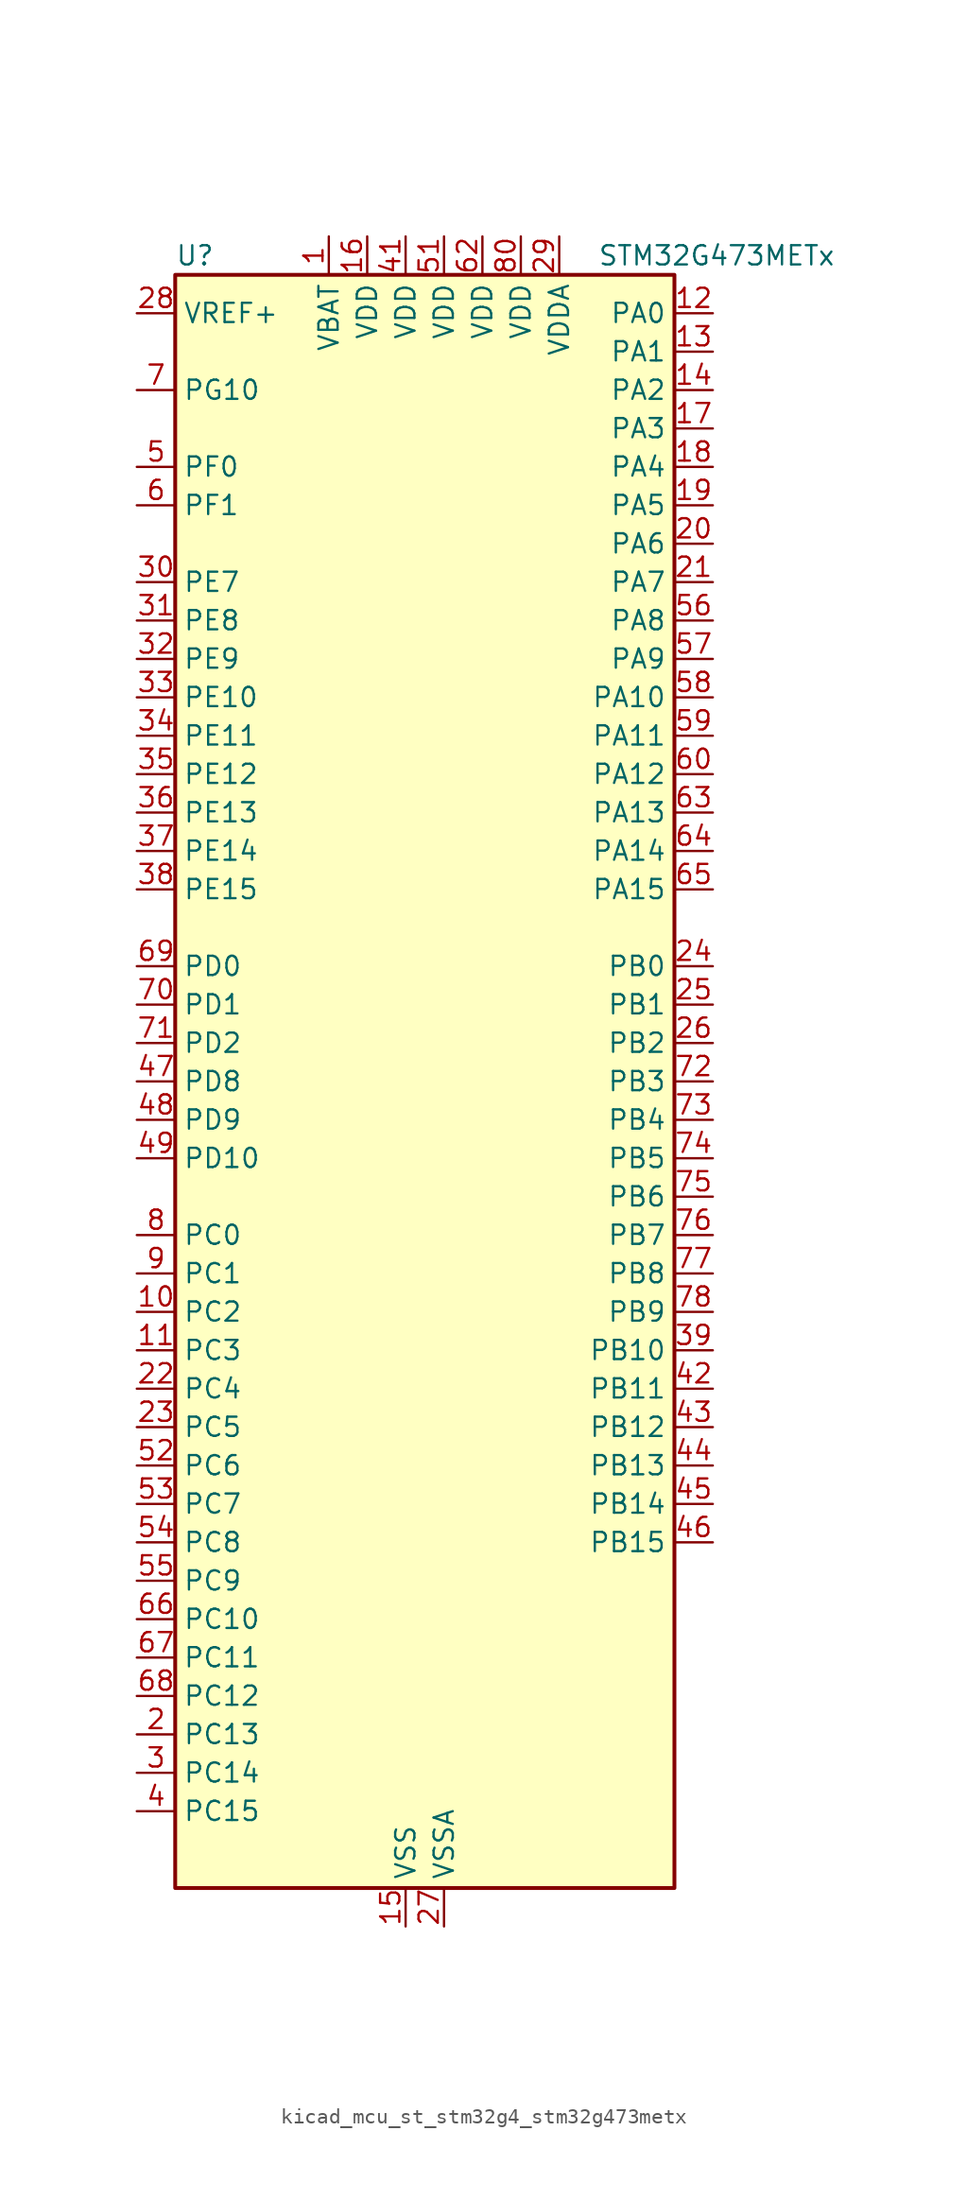
<source format=kicad_sym>
(kicad_symbol_lib
  (version 20220914)
  (generator kicad_symbol_editor)
  (symbol "kicad_mcu_st_stm32g4_stm32g473metx"
    (property "Reference" "U"
      (at -15.24 54.61 0)
      (effects (font (size 1.27 1.27)) (justify left)))
    (property "Value" "STM32G473METx"
      (at 12.7 54.61 0)
      (effects (font (size 1.27 1.27)) (justify left)))
    (property "ki_locked" ""
      (at 0 0 0)
      (effects (font (size 1.27 1.27))))
    (symbol "kicad_mcu_st_stm32g4_stm32g473metx_0_1"
      (rectangle (start -15.24 -53.34) (end 17.78 53.34) (stroke (width 0.254) (type default)) (fill (type background))))
    (symbol "kicad_mcu_st_stm32g4_stm32g473metx_1_1"
      (pin power_in line (at -5.08 55.88 270) (length 2.54) (name "VBAT" (effects (font (size 1.27 1.27)))) (number "1" (effects (font (size 1.27 1.27)))))
      (pin bidirectional line (at -17.78 -15.24 0) (length 2.54) (name "PC2" (effects (font (size 1.27 1.27)))) (number "10" (effects (font (size 1.27 1.27)))) (alternate "ADC1_IN8" bidirectional line) (alternate "ADC2_IN8" bidirectional line) (alternate "ADC3_EXTI2" bidirectional line) (alternate "ADC4_EXTI2" bidirectional line) (alternate "ADC5_EXTI2" bidirectional line) (alternate "COMP3_OUT" bidirectional line) (alternate "LPTIM1_IN2" bidirectional line) (alternate "QUADSPI1_BK2_IO1" bidirectional line) (alternate "TIM1_CH3" bidirectional line) (alternate "TIM20_CH2" bidirectional line))
      (pin bidirectional line (at -17.78 -17.78 0) (length 2.54) (name "PC3" (effects (font (size 1.27 1.27)))) (number "11" (effects (font (size 1.27 1.27)))) (alternate "ADC1_IN9" bidirectional line) (alternate "ADC2_IN9" bidirectional line) (alternate "ADC3_EXTI3" bidirectional line) (alternate "ADC4_EXTI3" bidirectional line) (alternate "ADC5_EXTI3" bidirectional line) (alternate "LPTIM1_ETR" bidirectional line) (alternate "OPAMP5_VINP" bidirectional line) (alternate "OPAMP5_VINP_SEC" bidirectional line) (alternate "QUADSPI1_BK2_IO2" bidirectional line) (alternate "SAI1_D1" bidirectional line) (alternate "SAI1_SD_A" bidirectional line) (alternate "TIM1_BKIN2" bidirectional line) (alternate "TIM1_CH4" bidirectional line))
      (pin bidirectional line (at 20.32 50.8 180) (length 2.54) (name "PA0" (effects (font (size 1.27 1.27)))) (number "12" (effects (font (size 1.27 1.27)))) (alternate "ADC1_IN1" bidirectional line) (alternate "ADC2_IN1" bidirectional line) (alternate "COMP1_INM" bidirectional line) (alternate "COMP1_OUT" bidirectional line) (alternate "COMP3_INP" bidirectional line) (alternate "RTC_TAMP2" bidirectional line) (alternate "SYS_WKUP1" bidirectional line) (alternate "TIM2_CH1" bidirectional line) (alternate "TIM2_ETR" bidirectional line) (alternate "TIM5_CH1" bidirectional line) (alternate "TIM8_BKIN" bidirectional line) (alternate "TIM8_ETR" bidirectional line) (alternate "USART2_CTS" bidirectional line) (alternate "USART2_NSS" bidirectional line))
      (pin bidirectional line (at 20.32 48.26 180) (length 2.54) (name "PA1" (effects (font (size 1.27 1.27)))) (number "13" (effects (font (size 1.27 1.27)))) (alternate "ADC1_IN2" bidirectional line) (alternate "ADC2_IN2" bidirectional line) (alternate "COMP1_INP" bidirectional line) (alternate "OPAMP1_VINP" bidirectional line) (alternate "OPAMP1_VINP_SEC" bidirectional line) (alternate "OPAMP3_VINP" bidirectional line) (alternate "OPAMP3_VINP_SEC" bidirectional line) (alternate "OPAMP6_VINM" bidirectional line) (alternate "OPAMP6_VINM0" bidirectional line) (alternate "OPAMP6_VINM_SEC" bidirectional line) (alternate "RTC_REFIN" bidirectional line) (alternate "TIM15_CH1N" bidirectional line) (alternate "TIM2_CH2" bidirectional line) (alternate "TIM5_CH2" bidirectional line) (alternate "USART2_DE" bidirectional line) (alternate "USART2_RTS" bidirectional line))
      (pin bidirectional line (at 20.32 45.72 180) (length 2.54) (name "PA2" (effects (font (size 1.27 1.27)))) (number "14" (effects (font (size 1.27 1.27)))) (alternate "ADC1_IN3" bidirectional line) (alternate "ADC3_EXTI2" bidirectional line) (alternate "ADC4_EXTI2" bidirectional line) (alternate "ADC5_EXTI2" bidirectional line) (alternate "COMP2_INM" bidirectional line) (alternate "COMP2_OUT" bidirectional line) (alternate "LPUART1_TX" bidirectional line) (alternate "OPAMP1_VOUT" bidirectional line) (alternate "QUADSPI1_BK1_NCS" bidirectional line) (alternate "RCC_LSCO" bidirectional line) (alternate "SYS_WKUP4" bidirectional line) (alternate "TIM15_CH1" bidirectional line) (alternate "TIM2_CH3" bidirectional line) (alternate "TIM5_CH3" bidirectional line) (alternate "UCPD1_FRSTX1" bidirectional line) (alternate "UCPD1_FRSTX2" bidirectional line) (alternate "USART2_TX" bidirectional line))
      (pin power_in line (at 0 -55.88 90) (length 2.54) (name "VSS" (effects (font (size 1.27 1.27)))) (number "15" (effects (font (size 1.27 1.27)))))
      (pin power_in line (at -2.54 55.88 270) (length 2.54) (name "VDD" (effects (font (size 1.27 1.27)))) (number "16" (effects (font (size 1.27 1.27)))))
      (pin bidirectional line (at 20.32 43.18 180) (length 2.54) (name "PA3" (effects (font (size 1.27 1.27)))) (number "17" (effects (font (size 1.27 1.27)))) (alternate "ADC1_IN4" bidirectional line) (alternate "ADC3_EXTI3" bidirectional line) (alternate "ADC4_EXTI3" bidirectional line) (alternate "ADC5_EXTI3" bidirectional line) (alternate "COMP2_INP" bidirectional line) (alternate "LPUART1_RX" bidirectional line) (alternate "OPAMP1_VINM" bidirectional line) (alternate "OPAMP1_VINM0" bidirectional line) (alternate "OPAMP1_VINM_SEC" bidirectional line) (alternate "OPAMP1_VINP" bidirectional line) (alternate "OPAMP1_VINP_SEC" bidirectional line) (alternate "OPAMP5_VINM" bidirectional line) (alternate "OPAMP5_VINM1" bidirectional line) (alternate "OPAMP5_VINM_SEC" bidirectional line) (alternate "QUADSPI1_CLK" bidirectional line) (alternate "SAI1_CK1" bidirectional line) (alternate "SAI1_MCLK_A" bidirectional line) (alternate "TIM15_CH2" bidirectional line) (alternate "TIM2_CH4" bidirectional line) (alternate "TIM5_CH4" bidirectional line) (alternate "USART2_RX" bidirectional line))
      (pin bidirectional line (at 20.32 40.64 180) (length 2.54) (name "PA4" (effects (font (size 1.27 1.27)))) (number "18" (effects (font (size 1.27 1.27)))) (alternate "ADC2_IN17" bidirectional line) (alternate "COMP1_INM" bidirectional line) (alternate "DAC1_OUT1" bidirectional line) (alternate "I2S3_WS" bidirectional line) (alternate "SAI1_FS_B" bidirectional line) (alternate "SPI1_NSS" bidirectional line) (alternate "SPI3_NSS" bidirectional line) (alternate "TIM3_CH2" bidirectional line) (alternate "USART2_CK" bidirectional line))
      (pin bidirectional line (at 20.32 38.1 180) (length 2.54) (name "PA5" (effects (font (size 1.27 1.27)))) (number "19" (effects (font (size 1.27 1.27)))) (alternate "ADC2_IN13" bidirectional line) (alternate "COMP2_INM" bidirectional line) (alternate "DAC1_OUT2" bidirectional line) (alternate "OPAMP2_VINM" bidirectional line) (alternate "OPAMP2_VINM0" bidirectional line) (alternate "OPAMP2_VINM_SEC" bidirectional line) (alternate "SPI1_SCK" bidirectional line) (alternate "TIM2_CH1" bidirectional line) (alternate "TIM2_ETR" bidirectional line) (alternate "UCPD1_FRSTX1" bidirectional line) (alternate "UCPD1_FRSTX2" bidirectional line))
      (pin bidirectional line (at -17.78 -43.18 0) (length 2.54) (name "PC13" (effects (font (size 1.27 1.27)))) (number "2" (effects (font (size 1.27 1.27)))) (alternate "RTC_OUT1" bidirectional line) (alternate "RTC_TAMP1" bidirectional line) (alternate "RTC_TS" bidirectional line) (alternate "SYS_WKUP2" bidirectional line) (alternate "TIM1_BKIN" bidirectional line) (alternate "TIM1_CH1N" bidirectional line) (alternate "TIM8_CH4N" bidirectional line))
      (pin bidirectional line (at 20.32 35.56 180) (length 2.54) (name "PA6" (effects (font (size 1.27 1.27)))) (number "20" (effects (font (size 1.27 1.27)))) (alternate "ADC2_IN3" bidirectional line) (alternate "COMP1_OUT" bidirectional line) (alternate "DAC2_OUT1" bidirectional line) (alternate "LPUART1_CTS" bidirectional line) (alternate "OPAMP2_VOUT" bidirectional line) (alternate "QUADSPI1_BK1_IO3" bidirectional line) (alternate "SPI1_MISO" bidirectional line) (alternate "TIM16_CH1" bidirectional line) (alternate "TIM1_BKIN" bidirectional line) (alternate "TIM3_CH1" bidirectional line) (alternate "TIM8_BKIN" bidirectional line))
      (pin bidirectional line (at 20.32 33.02 180) (length 2.54) (name "PA7" (effects (font (size 1.27 1.27)))) (number "21" (effects (font (size 1.27 1.27)))) (alternate "ADC2_IN4" bidirectional line) (alternate "COMP2_INP" bidirectional line) (alternate "COMP2_OUT" bidirectional line) (alternate "OPAMP1_VINP" bidirectional line) (alternate "OPAMP1_VINP_SEC" bidirectional line) (alternate "OPAMP2_VINP" bidirectional line) (alternate "OPAMP2_VINP_SEC" bidirectional line) (alternate "QUADSPI1_BK1_IO2" bidirectional line) (alternate "SPI1_MOSI" bidirectional line) (alternate "TIM17_CH1" bidirectional line) (alternate "TIM1_CH1N" bidirectional line) (alternate "TIM3_CH2" bidirectional line) (alternate "TIM8_CH1N" bidirectional line) (alternate "UCPD1_FRSTX1" bidirectional line) (alternate "UCPD1_FRSTX2" bidirectional line))
      (pin bidirectional line (at -17.78 -20.32 0) (length 2.54) (name "PC4" (effects (font (size 1.27 1.27)))) (number "22" (effects (font (size 1.27 1.27)))) (alternate "ADC2_IN5" bidirectional line) (alternate "I2C2_SCL" bidirectional line) (alternate "QUADSPI1_BK2_IO3" bidirectional line) (alternate "TIM1_ETR" bidirectional line) (alternate "USART1_TX" bidirectional line))
      (pin bidirectional line (at -17.78 -22.86 0) (length 2.54) (name "PC5" (effects (font (size 1.27 1.27)))) (number "23" (effects (font (size 1.27 1.27)))) (alternate "ADC2_IN11" bidirectional line) (alternate "OPAMP1_VINM" bidirectional line) (alternate "OPAMP1_VINM1" bidirectional line) (alternate "OPAMP1_VINM_SEC" bidirectional line) (alternate "OPAMP2_VINM" bidirectional line) (alternate "OPAMP2_VINM1" bidirectional line) (alternate "OPAMP2_VINM_SEC" bidirectional line) (alternate "SAI1_D3" bidirectional line) (alternate "SYS_WKUP5" bidirectional line) (alternate "TIM15_BKIN" bidirectional line) (alternate "TIM1_CH4N" bidirectional line) (alternate "USART1_RX" bidirectional line))
      (pin bidirectional line (at 20.32 7.62 180) (length 2.54) (name "PB0" (effects (font (size 1.27 1.27)))) (number "24" (effects (font (size 1.27 1.27)))) (alternate "ADC1_IN15" bidirectional line) (alternate "ADC3_IN12" bidirectional line) (alternate "COMP4_INP" bidirectional line) (alternate "OPAMP2_VINP" bidirectional line) (alternate "OPAMP2_VINP_SEC" bidirectional line) (alternate "OPAMP3_VINP" bidirectional line) (alternate "OPAMP3_VINP_SEC" bidirectional line) (alternate "QUADSPI1_BK1_IO1" bidirectional line) (alternate "TIM1_CH2N" bidirectional line) (alternate "TIM3_CH3" bidirectional line) (alternate "TIM8_CH2N" bidirectional line) (alternate "UCPD1_FRSTX1" bidirectional line) (alternate "UCPD1_FRSTX2" bidirectional line))
      (pin bidirectional line (at 20.32 5.08 180) (length 2.54) (name "PB1" (effects (font (size 1.27 1.27)))) (number "25" (effects (font (size 1.27 1.27)))) (alternate "ADC1_IN12" bidirectional line) (alternate "ADC3_IN1" bidirectional line) (alternate "COMP1_INP" bidirectional line) (alternate "COMP4_OUT" bidirectional line) (alternate "LPUART1_DE" bidirectional line) (alternate "LPUART1_RTS" bidirectional line) (alternate "OPAMP3_VOUT" bidirectional line) (alternate "OPAMP6_VINM" bidirectional line) (alternate "OPAMP6_VINM1" bidirectional line) (alternate "OPAMP6_VINM_SEC" bidirectional line) (alternate "QUADSPI1_BK1_IO0" bidirectional line) (alternate "TIM1_CH3N" bidirectional line) (alternate "TIM3_CH4" bidirectional line) (alternate "TIM8_CH3N" bidirectional line))
      (pin bidirectional line (at 20.32 2.54 180) (length 2.54) (name "PB2" (effects (font (size 1.27 1.27)))) (number "26" (effects (font (size 1.27 1.27)))) (alternate "ADC2_IN12" bidirectional line) (alternate "ADC3_EXTI2" bidirectional line) (alternate "ADC4_EXTI2" bidirectional line) (alternate "ADC5_EXTI2" bidirectional line) (alternate "COMP4_INM" bidirectional line) (alternate "I2C3_SMBA" bidirectional line) (alternate "LPTIM1_OUT" bidirectional line) (alternate "OPAMP3_VINM" bidirectional line) (alternate "OPAMP3_VINM0" bidirectional line) (alternate "OPAMP3_VINM_SEC" bidirectional line) (alternate "QUADSPI1_BK2_IO1" bidirectional line) (alternate "RTC_OUT2" bidirectional line) (alternate "TIM20_CH1" bidirectional line) (alternate "TIM5_CH1" bidirectional line))
      (pin power_in line (at 2.54 -55.88 90) (length 2.54) (name "VSSA" (effects (font (size 1.27 1.27)))) (number "27" (effects (font (size 1.27 1.27)))))
      (pin input line (at -17.78 50.8 0) (length 2.54) (name "VREF+" (effects (font (size 1.27 1.27)))) (number "28" (effects (font (size 1.27 1.27)))) (alternate "VREFBUF_OUT" bidirectional line))
      (pin power_in line (at 10.16 55.88 270) (length 2.54) (name "VDDA" (effects (font (size 1.27 1.27)))) (number "29" (effects (font (size 1.27 1.27)))))
      (pin bidirectional line (at -17.78 -45.72 0) (length 2.54) (name "PC14" (effects (font (size 1.27 1.27)))) (number "3" (effects (font (size 1.27 1.27)))) (alternate "RCC_OSC32_IN" bidirectional line))
      (pin bidirectional line (at -17.78 33.02 0) (length 2.54) (name "PE7" (effects (font (size 1.27 1.27)))) (number "30" (effects (font (size 1.27 1.27)))) (alternate "ADC3_IN4" bidirectional line) (alternate "COMP4_INP" bidirectional line) (alternate "SAI1_SD_B" bidirectional line) (alternate "TIM1_ETR" bidirectional line))
      (pin bidirectional line (at -17.78 30.48 0) (length 2.54) (name "PE8" (effects (font (size 1.27 1.27)))) (number "31" (effects (font (size 1.27 1.27)))) (alternate "ADC3_IN6" bidirectional line) (alternate "ADC4_IN6" bidirectional line) (alternate "ADC5_IN6" bidirectional line) (alternate "COMP4_INM" bidirectional line) (alternate "SAI1_SCK_B" bidirectional line) (alternate "TIM1_CH1N" bidirectional line) (alternate "TIM5_CH3" bidirectional line))
      (pin bidirectional line (at -17.78 27.94 0) (length 2.54) (name "PE9" (effects (font (size 1.27 1.27)))) (number "32" (effects (font (size 1.27 1.27)))) (alternate "ADC3_IN2" bidirectional line) (alternate "DAC1_EXTI9" bidirectional line) (alternate "DAC2_EXTI9" bidirectional line) (alternate "DAC3_EXTI9" bidirectional line) (alternate "DAC4_EXTI9" bidirectional line) (alternate "SAI1_FS_B" bidirectional line) (alternate "TIM1_CH1" bidirectional line) (alternate "TIM5_CH4" bidirectional line))
      (pin bidirectional line (at -17.78 25.4 0) (length 2.54) (name "PE10" (effects (font (size 1.27 1.27)))) (number "33" (effects (font (size 1.27 1.27)))) (alternate "ADC3_IN14" bidirectional line) (alternate "ADC4_IN14" bidirectional line) (alternate "ADC5_IN14" bidirectional line) (alternate "DAC1_EXTI10" bidirectional line) (alternate "DAC2_EXTI10" bidirectional line) (alternate "DAC3_EXTI10" bidirectional line) (alternate "DAC4_EXTI10" bidirectional line) (alternate "QUADSPI1_CLK" bidirectional line) (alternate "SAI1_MCLK_B" bidirectional line) (alternate "TIM1_CH2N" bidirectional line))
      (pin bidirectional line (at -17.78 22.86 0) (length 2.54) (name "PE11" (effects (font (size 1.27 1.27)))) (number "34" (effects (font (size 1.27 1.27)))) (alternate "ADC1_EXTI11" bidirectional line) (alternate "ADC2_EXTI11" bidirectional line) (alternate "ADC3_IN15" bidirectional line) (alternate "ADC4_IN15" bidirectional line) (alternate "ADC5_IN15" bidirectional line) (alternate "QUADSPI1_BK1_NCS" bidirectional line) (alternate "SPI4_NSS" bidirectional line) (alternate "TIM1_CH2" bidirectional line))
      (pin bidirectional line (at -17.78 20.32 0) (length 2.54) (name "PE12" (effects (font (size 1.27 1.27)))) (number "35" (effects (font (size 1.27 1.27)))) (alternate "ADC3_IN16" bidirectional line) (alternate "ADC4_IN16" bidirectional line) (alternate "ADC5_IN16" bidirectional line) (alternate "QUADSPI1_BK1_IO0" bidirectional line) (alternate "SPI4_SCK" bidirectional line) (alternate "TIM1_CH3N" bidirectional line))
      (pin bidirectional line (at -17.78 17.78 0) (length 2.54) (name "PE13" (effects (font (size 1.27 1.27)))) (number "36" (effects (font (size 1.27 1.27)))) (alternate "ADC3_IN3" bidirectional line) (alternate "QUADSPI1_BK1_IO1" bidirectional line) (alternate "SPI4_MISO" bidirectional line) (alternate "TIM1_CH3" bidirectional line))
      (pin bidirectional line (at -17.78 15.24 0) (length 2.54) (name "PE14" (effects (font (size 1.27 1.27)))) (number "37" (effects (font (size 1.27 1.27)))) (alternate "ADC4_IN1" bidirectional line) (alternate "QUADSPI1_BK1_IO2" bidirectional line) (alternate "SPI4_MOSI" bidirectional line) (alternate "TIM1_BKIN2" bidirectional line) (alternate "TIM1_CH4" bidirectional line))
      (pin bidirectional line (at -17.78 12.7 0) (length 2.54) (name "PE15" (effects (font (size 1.27 1.27)))) (number "38" (effects (font (size 1.27 1.27)))) (alternate "ADC1_EXTI15" bidirectional line) (alternate "ADC2_EXTI15" bidirectional line) (alternate "ADC4_IN2" bidirectional line) (alternate "QUADSPI1_BK1_IO3" bidirectional line) (alternate "TIM1_BKIN" bidirectional line) (alternate "TIM1_CH4N" bidirectional line) (alternate "USART3_RX" bidirectional line))
      (pin bidirectional line (at 20.32 -17.78 180) (length 2.54) (name "PB10" (effects (font (size 1.27 1.27)))) (number "39" (effects (font (size 1.27 1.27)))) (alternate "COMP5_INM" bidirectional line) (alternate "DAC1_EXTI10" bidirectional line) (alternate "DAC2_EXTI10" bidirectional line) (alternate "DAC3_EXTI10" bidirectional line) (alternate "DAC4_EXTI10" bidirectional line) (alternate "LPUART1_RX" bidirectional line) (alternate "OPAMP3_VINM" bidirectional line) (alternate "OPAMP3_VINM1" bidirectional line) (alternate "OPAMP3_VINM_SEC" bidirectional line) (alternate "OPAMP4_VINM" bidirectional line) (alternate "OPAMP4_VINM0" bidirectional line) (alternate "OPAMP4_VINM_SEC" bidirectional line) (alternate "QUADSPI1_CLK" bidirectional line) (alternate "SAI1_SCK_A" bidirectional line) (alternate "TIM1_BKIN" bidirectional line) (alternate "TIM2_CH3" bidirectional line) (alternate "USART3_TX" bidirectional line))
      (pin bidirectional line (at -17.78 -48.26 0) (length 2.54) (name "PC15" (effects (font (size 1.27 1.27)))) (number "4" (effects (font (size 1.27 1.27)))) (alternate "ADC1_EXTI15" bidirectional line) (alternate "ADC2_EXTI15" bidirectional line) (alternate "RCC_OSC32_OUT" bidirectional line))
      (pin passive line (at 0 -55.88 90) (length 2.54) hide (name "VSS" (effects (font (size 1.27 1.27)))) (number "40" (effects (font (size 1.27 1.27)))))
      (pin power_in line (at 0 55.88 270) (length 2.54) (name "VDD" (effects (font (size 1.27 1.27)))) (number "41" (effects (font (size 1.27 1.27)))))
      (pin bidirectional line (at 20.32 -20.32 180) (length 2.54) (name "PB11" (effects (font (size 1.27 1.27)))) (number "42" (effects (font (size 1.27 1.27)))) (alternate "ADC1_EXTI11" bidirectional line) (alternate "ADC1_IN14" bidirectional line) (alternate "ADC2_EXTI11" bidirectional line) (alternate "ADC2_IN14" bidirectional line) (alternate "COMP6_INP" bidirectional line) (alternate "LPUART1_TX" bidirectional line) (alternate "OPAMP4_VINP" bidirectional line) (alternate "OPAMP4_VINP_SEC" bidirectional line) (alternate "OPAMP6_VOUT" bidirectional line) (alternate "QUADSPI1_BK1_NCS" bidirectional line) (alternate "TIM2_CH4" bidirectional line) (alternate "USART3_RX" bidirectional line))
      (pin bidirectional line (at 20.32 -22.86 180) (length 2.54) (name "PB12" (effects (font (size 1.27 1.27)))) (number "43" (effects (font (size 1.27 1.27)))) (alternate "ADC1_IN11" bidirectional line) (alternate "ADC4_IN3" bidirectional line) (alternate "COMP7_INM" bidirectional line) (alternate "FDCAN2_RX" bidirectional line) (alternate "I2C2_SMBA" bidirectional line) (alternate "I2S2_WS" bidirectional line) (alternate "LPUART1_DE" bidirectional line) (alternate "LPUART1_RTS" bidirectional line) (alternate "OPAMP4_VOUT" bidirectional line) (alternate "OPAMP6_VINP" bidirectional line) (alternate "OPAMP6_VINP_SEC" bidirectional line) (alternate "SPI2_NSS" bidirectional line) (alternate "TIM1_BKIN" bidirectional line) (alternate "TIM5_ETR" bidirectional line) (alternate "USART3_CK" bidirectional line))
      (pin bidirectional line (at 20.32 -25.4 180) (length 2.54) (name "PB13" (effects (font (size 1.27 1.27)))) (number "44" (effects (font (size 1.27 1.27)))) (alternate "ADC3_IN5" bidirectional line) (alternate "COMP5_INP" bidirectional line) (alternate "FDCAN2_TX" bidirectional line) (alternate "I2S2_CK" bidirectional line) (alternate "LPUART1_CTS" bidirectional line) (alternate "OPAMP3_VINP" bidirectional line) (alternate "OPAMP3_VINP_SEC" bidirectional line) (alternate "OPAMP4_VINP" bidirectional line) (alternate "OPAMP4_VINP_SEC" bidirectional line) (alternate "OPAMP6_VINP" bidirectional line) (alternate "OPAMP6_VINP_SEC" bidirectional line) (alternate "SPI2_SCK" bidirectional line) (alternate "TIM1_CH1N" bidirectional line) (alternate "USART3_CTS" bidirectional line) (alternate "USART3_NSS" bidirectional line))
      (pin bidirectional line (at 20.32 -27.94 180) (length 2.54) (name "PB14" (effects (font (size 1.27 1.27)))) (number "45" (effects (font (size 1.27 1.27)))) (alternate "ADC1_IN5" bidirectional line) (alternate "ADC4_IN4" bidirectional line) (alternate "COMP4_OUT" bidirectional line) (alternate "COMP7_INP" bidirectional line) (alternate "OPAMP2_VINP" bidirectional line) (alternate "OPAMP2_VINP_SEC" bidirectional line) (alternate "OPAMP5_VINP" bidirectional line) (alternate "OPAMP5_VINP_SEC" bidirectional line) (alternate "SPI2_MISO" bidirectional line) (alternate "TIM15_CH1" bidirectional line) (alternate "TIM1_CH2N" bidirectional line) (alternate "USART3_DE" bidirectional line) (alternate "USART3_RTS" bidirectional line))
      (pin bidirectional line (at 20.32 -30.48 180) (length 2.54) (name "PB15" (effects (font (size 1.27 1.27)))) (number "46" (effects (font (size 1.27 1.27)))) (alternate "ADC1_EXTI15" bidirectional line) (alternate "ADC2_EXTI15" bidirectional line) (alternate "ADC2_IN15" bidirectional line) (alternate "ADC4_IN5" bidirectional line) (alternate "COMP3_OUT" bidirectional line) (alternate "COMP6_INM" bidirectional line) (alternate "I2S2_SD" bidirectional line) (alternate "OPAMP5_VINM" bidirectional line) (alternate "OPAMP5_VINM0" bidirectional line) (alternate "OPAMP5_VINM_SEC" bidirectional line) (alternate "RTC_REFIN" bidirectional line) (alternate "SPI2_MOSI" bidirectional line) (alternate "TIM15_CH1N" bidirectional line) (alternate "TIM15_CH2" bidirectional line) (alternate "TIM1_CH3N" bidirectional line))
      (pin bidirectional line (at -17.78 0 0) (length 2.54) (name "PD8" (effects (font (size 1.27 1.27)))) (number "47" (effects (font (size 1.27 1.27)))) (alternate "ADC4_IN12" bidirectional line) (alternate "ADC5_IN12" bidirectional line) (alternate "OPAMP4_VINM" bidirectional line) (alternate "OPAMP4_VINM1" bidirectional line) (alternate "OPAMP4_VINM_SEC" bidirectional line) (alternate "USART3_TX" bidirectional line))
      (pin bidirectional line (at -17.78 -2.54 0) (length 2.54) (name "PD9" (effects (font (size 1.27 1.27)))) (number "48" (effects (font (size 1.27 1.27)))) (alternate "ADC4_IN13" bidirectional line) (alternate "ADC5_IN13" bidirectional line) (alternate "DAC1_EXTI9" bidirectional line) (alternate "DAC2_EXTI9" bidirectional line) (alternate "DAC3_EXTI9" bidirectional line) (alternate "DAC4_EXTI9" bidirectional line) (alternate "OPAMP6_VINP" bidirectional line) (alternate "OPAMP6_VINP_SEC" bidirectional line) (alternate "USART3_RX" bidirectional line))
      (pin bidirectional line (at -17.78 -5.08 0) (length 2.54) (name "PD10" (effects (font (size 1.27 1.27)))) (number "49" (effects (font (size 1.27 1.27)))) (alternate "ADC3_IN7" bidirectional line) (alternate "ADC4_IN7" bidirectional line) (alternate "ADC5_IN7" bidirectional line) (alternate "COMP6_INM" bidirectional line) (alternate "DAC1_EXTI10" bidirectional line) (alternate "DAC2_EXTI10" bidirectional line) (alternate "DAC3_EXTI10" bidirectional line) (alternate "DAC4_EXTI10" bidirectional line) (alternate "USART3_CK" bidirectional line))
      (pin bidirectional line (at -17.78 40.64 0) (length 2.54) (name "PF0" (effects (font (size 1.27 1.27)))) (number "5" (effects (font (size 1.27 1.27)))) (alternate "ADC1_IN10" bidirectional line) (alternate "I2C2_SDA" bidirectional line) (alternate "I2S2_WS" bidirectional line) (alternate "RCC_OSC_IN" bidirectional line) (alternate "SPI2_NSS" bidirectional line) (alternate "TIM1_CH3N" bidirectional line))
      (pin passive line (at 0 -55.88 90) (length 2.54) hide (name "VSS" (effects (font (size 1.27 1.27)))) (number "50" (effects (font (size 1.27 1.27)))))
      (pin power_in line (at 2.54 55.88 270) (length 2.54) (name "VDD" (effects (font (size 1.27 1.27)))) (number "51" (effects (font (size 1.27 1.27)))))
      (pin bidirectional line (at -17.78 -25.4 0) (length 2.54) (name "PC6" (effects (font (size 1.27 1.27)))) (number "52" (effects (font (size 1.27 1.27)))) (alternate "COMP6_OUT" bidirectional line) (alternate "I2C4_SCL" bidirectional line) (alternate "I2S2_MCK" bidirectional line) (alternate "TIM3_CH1" bidirectional line) (alternate "TIM8_CH1" bidirectional line))
      (pin bidirectional line (at -17.78 -27.94 0) (length 2.54) (name "PC7" (effects (font (size 1.27 1.27)))) (number "53" (effects (font (size 1.27 1.27)))) (alternate "COMP5_OUT" bidirectional line) (alternate "I2C4_SDA" bidirectional line) (alternate "I2S3_MCK" bidirectional line) (alternate "TIM3_CH2" bidirectional line) (alternate "TIM8_CH2" bidirectional line))
      (pin bidirectional line (at -17.78 -30.48 0) (length 2.54) (name "PC8" (effects (font (size 1.27 1.27)))) (number "54" (effects (font (size 1.27 1.27)))) (alternate "COMP7_OUT" bidirectional line) (alternate "I2C3_SCL" bidirectional line) (alternate "TIM20_CH3" bidirectional line) (alternate "TIM3_CH3" bidirectional line) (alternate "TIM8_CH3" bidirectional line))
      (pin bidirectional line (at -17.78 -33.02 0) (length 2.54) (name "PC9" (effects (font (size 1.27 1.27)))) (number "55" (effects (font (size 1.27 1.27)))) (alternate "DAC1_EXTI9" bidirectional line) (alternate "DAC2_EXTI9" bidirectional line) (alternate "DAC3_EXTI9" bidirectional line) (alternate "DAC4_EXTI9" bidirectional line) (alternate "I2C3_SDA" bidirectional line) (alternate "I2S_CKIN" bidirectional line) (alternate "TIM3_CH4" bidirectional line) (alternate "TIM8_BKIN2" bidirectional line) (alternate "TIM8_CH4" bidirectional line))
      (pin bidirectional line (at 20.32 30.48 180) (length 2.54) (name "PA8" (effects (font (size 1.27 1.27)))) (number "56" (effects (font (size 1.27 1.27)))) (alternate "ADC5_IN1" bidirectional line) (alternate "COMP7_OUT" bidirectional line) (alternate "FDCAN3_RX" bidirectional line) (alternate "I2C2_SDA" bidirectional line) (alternate "I2C3_SCL" bidirectional line) (alternate "I2S2_MCK" bidirectional line) (alternate "OPAMP5_VOUT" bidirectional line) (alternate "RCC_MCO" bidirectional line) (alternate "SAI1_CK2" bidirectional line) (alternate "SAI1_SCK_A" bidirectional line) (alternate "TIM1_CH1" bidirectional line) (alternate "TIM4_ETR" bidirectional line) (alternate "USART1_CK" bidirectional line))
      (pin bidirectional line (at 20.32 27.94 180) (length 2.54) (name "PA9" (effects (font (size 1.27 1.27)))) (number "57" (effects (font (size 1.27 1.27)))) (alternate "ADC5_IN2" bidirectional line) (alternate "COMP5_OUT" bidirectional line) (alternate "DAC1_EXTI9" bidirectional line) (alternate "DAC2_EXTI9" bidirectional line) (alternate "DAC3_EXTI9" bidirectional line) (alternate "DAC4_EXTI9" bidirectional line) (alternate "I2C2_SCL" bidirectional line) (alternate "I2C3_SMBA" bidirectional line) (alternate "I2S3_MCK" bidirectional line) (alternate "SAI1_FS_A" bidirectional line) (alternate "TIM15_BKIN" bidirectional line) (alternate "TIM1_CH2" bidirectional line) (alternate "TIM2_CH3" bidirectional line) (alternate "UCPD1_DBCC1" bidirectional line) (alternate "USART1_TX" bidirectional line))
      (pin bidirectional line (at 20.32 25.4 180) (length 2.54) (name "PA10" (effects (font (size 1.27 1.27)))) (number "58" (effects (font (size 1.27 1.27)))) (alternate "COMP6_OUT" bidirectional line) (alternate "CRS_SYNC" bidirectional line) (alternate "DAC1_EXTI10" bidirectional line) (alternate "DAC2_EXTI10" bidirectional line) (alternate "DAC3_EXTI10" bidirectional line) (alternate "DAC4_EXTI10" bidirectional line) (alternate "I2C2_SMBA" bidirectional line) (alternate "SAI1_D1" bidirectional line) (alternate "SAI1_SD_A" bidirectional line) (alternate "SPI2_MISO" bidirectional line) (alternate "TIM17_BKIN" bidirectional line) (alternate "TIM1_CH3" bidirectional line) (alternate "TIM2_CH4" bidirectional line) (alternate "TIM8_BKIN" bidirectional line) (alternate "UCPD1_DBCC2" bidirectional line) (alternate "USART1_RX" bidirectional line))
      (pin bidirectional line (at 20.32 22.86 180) (length 2.54) (name "PA11" (effects (font (size 1.27 1.27)))) (number "59" (effects (font (size 1.27 1.27)))) (alternate "ADC1_EXTI11" bidirectional line) (alternate "ADC2_EXTI11" bidirectional line) (alternate "COMP1_OUT" bidirectional line) (alternate "FDCAN1_RX" bidirectional line) (alternate "I2S2_SD" bidirectional line) (alternate "SPI2_MOSI" bidirectional line) (alternate "TIM1_BKIN2" bidirectional line) (alternate "TIM1_CH1N" bidirectional line) (alternate "TIM1_CH4" bidirectional line) (alternate "TIM4_CH1" bidirectional line) (alternate "USART1_CTS" bidirectional line) (alternate "USART1_NSS" bidirectional line) (alternate "USB_DM" bidirectional line))
      (pin bidirectional line (at -17.78 38.1 0) (length 2.54) (name "PF1" (effects (font (size 1.27 1.27)))) (number "6" (effects (font (size 1.27 1.27)))) (alternate "ADC2_IN10" bidirectional line) (alternate "COMP3_INM" bidirectional line) (alternate "I2S2_CK" bidirectional line) (alternate "RCC_OSC_OUT" bidirectional line) (alternate "SPI2_SCK" bidirectional line))
      (pin bidirectional line (at 20.32 20.32 180) (length 2.54) (name "PA12" (effects (font (size 1.27 1.27)))) (number "60" (effects (font (size 1.27 1.27)))) (alternate "COMP2_OUT" bidirectional line) (alternate "FDCAN1_TX" bidirectional line) (alternate "I2S_CKIN" bidirectional line) (alternate "TIM16_CH1" bidirectional line) (alternate "TIM1_CH2N" bidirectional line) (alternate "TIM1_ETR" bidirectional line) (alternate "TIM4_CH2" bidirectional line) (alternate "USART1_DE" bidirectional line) (alternate "USART1_RTS" bidirectional line) (alternate "USB_DP" bidirectional line))
      (pin passive line (at 0 -55.88 90) (length 2.54) hide (name "VSS" (effects (font (size 1.27 1.27)))) (number "61" (effects (font (size 1.27 1.27)))))
      (pin power_in line (at 5.08 55.88 270) (length 2.54) (name "VDD" (effects (font (size 1.27 1.27)))) (number "62" (effects (font (size 1.27 1.27)))))
      (pin bidirectional line (at 20.32 17.78 180) (length 2.54) (name "PA13" (effects (font (size 1.27 1.27)))) (number "63" (effects (font (size 1.27 1.27)))) (alternate "I2C1_SCL" bidirectional line) (alternate "I2C4_SCL" bidirectional line) (alternate "IR_OUT" bidirectional line) (alternate "SAI1_SD_B" bidirectional line) (alternate "SYS_JTMS-SWDIO" bidirectional line) (alternate "TIM16_CH1N" bidirectional line) (alternate "TIM4_CH3" bidirectional line) (alternate "USART3_CTS" bidirectional line) (alternate "USART3_NSS" bidirectional line))
      (pin bidirectional line (at 20.32 15.24 180) (length 2.54) (name "PA14" (effects (font (size 1.27 1.27)))) (number "64" (effects (font (size 1.27 1.27)))) (alternate "I2C1_SDA" bidirectional line) (alternate "I2C4_SMBA" bidirectional line) (alternate "LPTIM1_OUT" bidirectional line) (alternate "SAI1_FS_B" bidirectional line) (alternate "SYS_JTCK-SWCLK" bidirectional line) (alternate "TIM1_BKIN" bidirectional line) (alternate "TIM8_CH2" bidirectional line) (alternate "USART2_TX" bidirectional line))
      (pin bidirectional line (at 20.32 12.7 180) (length 2.54) (name "PA15" (effects (font (size 1.27 1.27)))) (number "65" (effects (font (size 1.27 1.27)))) (alternate "ADC1_EXTI15" bidirectional line) (alternate "ADC2_EXTI15" bidirectional line) (alternate "FDCAN3_TX" bidirectional line) (alternate "I2C1_SCL" bidirectional line) (alternate "I2S3_WS" bidirectional line) (alternate "SPI1_NSS" bidirectional line) (alternate "SPI3_NSS" bidirectional line) (alternate "SYS_JTDI" bidirectional line) (alternate "TIM1_BKIN" bidirectional line) (alternate "TIM2_CH1" bidirectional line) (alternate "TIM2_ETR" bidirectional line) (alternate "TIM8_CH1" bidirectional line) (alternate "UART4_DE" bidirectional line) (alternate "UART4_RTS" bidirectional line) (alternate "USART2_RX" bidirectional line))
      (pin bidirectional line (at -17.78 -35.56 0) (length 2.54) (name "PC10" (effects (font (size 1.27 1.27)))) (number "66" (effects (font (size 1.27 1.27)))) (alternate "DAC1_EXTI10" bidirectional line) (alternate "DAC2_EXTI10" bidirectional line) (alternate "DAC3_EXTI10" bidirectional line) (alternate "DAC4_EXTI10" bidirectional line) (alternate "I2S3_CK" bidirectional line) (alternate "SPI3_SCK" bidirectional line) (alternate "TIM8_CH1N" bidirectional line) (alternate "UART4_TX" bidirectional line) (alternate "USART3_TX" bidirectional line))
      (pin bidirectional line (at -17.78 -38.1 0) (length 2.54) (name "PC11" (effects (font (size 1.27 1.27)))) (number "67" (effects (font (size 1.27 1.27)))) (alternate "ADC1_EXTI11" bidirectional line) (alternate "ADC2_EXTI11" bidirectional line) (alternate "I2C3_SDA" bidirectional line) (alternate "SPI3_MISO" bidirectional line) (alternate "TIM8_CH2N" bidirectional line) (alternate "UART4_RX" bidirectional line) (alternate "USART3_RX" bidirectional line))
      (pin bidirectional line (at -17.78 -40.64 0) (length 2.54) (name "PC12" (effects (font (size 1.27 1.27)))) (number "68" (effects (font (size 1.27 1.27)))) (alternate "I2S3_SD" bidirectional line) (alternate "SPI3_MOSI" bidirectional line) (alternate "TIM5_CH2" bidirectional line) (alternate "TIM8_CH3N" bidirectional line) (alternate "UART5_TX" bidirectional line) (alternate "UCPD1_FRSTX1" bidirectional line) (alternate "UCPD1_FRSTX2" bidirectional line) (alternate "USART3_CK" bidirectional line))
      (pin bidirectional line (at -17.78 7.62 0) (length 2.54) (name "PD0" (effects (font (size 1.27 1.27)))) (number "69" (effects (font (size 1.27 1.27)))) (alternate "FDCAN1_RX" bidirectional line) (alternate "TIM8_CH4N" bidirectional line))
      (pin bidirectional line (at -17.78 45.72 0) (length 2.54) (name "PG10" (effects (font (size 1.27 1.27)))) (number "7" (effects (font (size 1.27 1.27)))) (alternate "DAC1_EXTI10" bidirectional line) (alternate "DAC2_EXTI10" bidirectional line) (alternate "DAC3_EXTI10" bidirectional line) (alternate "DAC4_EXTI10" bidirectional line) (alternate "RCC_MCO" bidirectional line))
      (pin bidirectional line (at -17.78 5.08 0) (length 2.54) (name "PD1" (effects (font (size 1.27 1.27)))) (number "70" (effects (font (size 1.27 1.27)))) (alternate "FDCAN1_TX" bidirectional line) (alternate "TIM8_BKIN2" bidirectional line) (alternate "TIM8_CH4" bidirectional line))
      (pin bidirectional line (at -17.78 2.54 0) (length 2.54) (name "PD2" (effects (font (size 1.27 1.27)))) (number "71" (effects (font (size 1.27 1.27)))) (alternate "ADC3_EXTI2" bidirectional line) (alternate "ADC4_EXTI2" bidirectional line) (alternate "ADC5_EXTI2" bidirectional line) (alternate "TIM3_ETR" bidirectional line) (alternate "TIM8_BKIN" bidirectional line) (alternate "UART5_RX" bidirectional line))
      (pin bidirectional line (at 20.32 0 180) (length 2.54) (name "PB3" (effects (font (size 1.27 1.27)))) (number "72" (effects (font (size 1.27 1.27)))) (alternate "ADC3_EXTI3" bidirectional line) (alternate "ADC4_EXTI3" bidirectional line) (alternate "ADC5_EXTI3" bidirectional line) (alternate "CRS_SYNC" bidirectional line) (alternate "FDCAN3_RX" bidirectional line) (alternate "I2S3_CK" bidirectional line) (alternate "SAI1_SCK_B" bidirectional line) (alternate "SPI1_SCK" bidirectional line) (alternate "SPI3_SCK" bidirectional line) (alternate "SYS_JTDO-SWO" bidirectional line) (alternate "TIM2_CH2" bidirectional line) (alternate "TIM3_ETR" bidirectional line) (alternate "TIM4_ETR" bidirectional line) (alternate "TIM8_CH1N" bidirectional line) (alternate "USART2_TX" bidirectional line))
      (pin bidirectional line (at 20.32 -2.54 180) (length 2.54) (name "PB4" (effects (font (size 1.27 1.27)))) (number "73" (effects (font (size 1.27 1.27)))) (alternate "FDCAN3_TX" bidirectional line) (alternate "SAI1_MCLK_B" bidirectional line) (alternate "SPI1_MISO" bidirectional line) (alternate "SPI3_MISO" bidirectional line) (alternate "SYS_JTRST" bidirectional line) (alternate "TIM16_CH1" bidirectional line) (alternate "TIM17_BKIN" bidirectional line) (alternate "TIM3_CH1" bidirectional line) (alternate "TIM8_CH2N" bidirectional line) (alternate "UART5_DE" bidirectional line) (alternate "UART5_RTS" bidirectional line) (alternate "UCPD1_CC2" bidirectional line) (alternate "USART2_RX" bidirectional line))
      (pin bidirectional line (at 20.32 -5.08 180) (length 2.54) (name "PB5" (effects (font (size 1.27 1.27)))) (number "74" (effects (font (size 1.27 1.27)))) (alternate "FDCAN2_RX" bidirectional line) (alternate "I2C1_SMBA" bidirectional line) (alternate "I2C3_SDA" bidirectional line) (alternate "I2S3_SD" bidirectional line) (alternate "LPTIM1_IN1" bidirectional line) (alternate "SAI1_SD_B" bidirectional line) (alternate "SPI1_MOSI" bidirectional line) (alternate "SPI3_MOSI" bidirectional line) (alternate "TIM16_BKIN" bidirectional line) (alternate "TIM17_CH1" bidirectional line) (alternate "TIM3_CH2" bidirectional line) (alternate "TIM8_CH3N" bidirectional line) (alternate "UART5_CTS" bidirectional line) (alternate "USART2_CK" bidirectional line))
      (pin bidirectional line (at 20.32 -7.62 180) (length 2.54) (name "PB6" (effects (font (size 1.27 1.27)))) (number "75" (effects (font (size 1.27 1.27)))) (alternate "COMP4_OUT" bidirectional line) (alternate "FDCAN2_TX" bidirectional line) (alternate "LPTIM1_ETR" bidirectional line) (alternate "SAI1_FS_B" bidirectional line) (alternate "TIM16_CH1N" bidirectional line) (alternate "TIM4_CH1" bidirectional line) (alternate "TIM8_BKIN2" bidirectional line) (alternate "TIM8_CH1" bidirectional line) (alternate "TIM8_ETR" bidirectional line) (alternate "UCPD1_CC1" bidirectional line) (alternate "USART1_TX" bidirectional line))
      (pin bidirectional line (at 20.32 -10.16 180) (length 2.54) (name "PB7" (effects (font (size 1.27 1.27)))) (number "76" (effects (font (size 1.27 1.27)))) (alternate "COMP3_OUT" bidirectional line) (alternate "I2C1_SDA" bidirectional line) (alternate "I2C4_SDA" bidirectional line) (alternate "LPTIM1_IN2" bidirectional line) (alternate "SYS_PVD_IN" bidirectional line) (alternate "TIM17_CH1N" bidirectional line) (alternate "TIM3_CH4" bidirectional line) (alternate "TIM4_CH2" bidirectional line) (alternate "TIM8_BKIN" bidirectional line) (alternate "UART4_CTS" bidirectional line) (alternate "USART1_RX" bidirectional line))
      (pin bidirectional line (at 20.32 -12.7 180) (length 2.54) (name "PB8" (effects (font (size 1.27 1.27)))) (number "77" (effects (font (size 1.27 1.27)))) (alternate "COMP1_OUT" bidirectional line) (alternate "FDCAN1_RX" bidirectional line) (alternate "I2C1_SCL" bidirectional line) (alternate "SAI1_CK1" bidirectional line) (alternate "SAI1_MCLK_A" bidirectional line) (alternate "TIM16_CH1" bidirectional line) (alternate "TIM1_BKIN" bidirectional line) (alternate "TIM4_CH3" bidirectional line) (alternate "TIM8_CH2" bidirectional line) (alternate "USART3_RX" bidirectional line))
      (pin bidirectional line (at 20.32 -15.24 180) (length 2.54) (name "PB9" (effects (font (size 1.27 1.27)))) (number "78" (effects (font (size 1.27 1.27)))) (alternate "COMP2_OUT" bidirectional line) (alternate "DAC1_EXTI9" bidirectional line) (alternate "DAC2_EXTI9" bidirectional line) (alternate "DAC3_EXTI9" bidirectional line) (alternate "DAC4_EXTI9" bidirectional line) (alternate "FDCAN1_TX" bidirectional line) (alternate "I2C1_SDA" bidirectional line) (alternate "IR_OUT" bidirectional line) (alternate "SAI1_D2" bidirectional line) (alternate "SAI1_FS_A" bidirectional line) (alternate "TIM17_CH1" bidirectional line) (alternate "TIM1_CH3N" bidirectional line) (alternate "TIM4_CH4" bidirectional line) (alternate "TIM8_CH3" bidirectional line) (alternate "USART3_TX" bidirectional line))
      (pin passive line (at 0 -55.88 90) (length 2.54) hide (name "VSS" (effects (font (size 1.27 1.27)))) (number "79" (effects (font (size 1.27 1.27)))))
      (pin bidirectional line (at -17.78 -10.16 0) (length 2.54) (name "PC0" (effects (font (size 1.27 1.27)))) (number "8" (effects (font (size 1.27 1.27)))) (alternate "ADC1_IN6" bidirectional line) (alternate "ADC2_IN6" bidirectional line) (alternate "COMP3_INM" bidirectional line) (alternate "LPTIM1_IN1" bidirectional line) (alternate "LPUART1_RX" bidirectional line) (alternate "TIM1_CH1" bidirectional line))
      (pin power_in line (at 7.62 55.88 270) (length 2.54) (name "VDD" (effects (font (size 1.27 1.27)))) (number "80" (effects (font (size 1.27 1.27)))))
      (pin bidirectional line (at -17.78 -12.7 0) (length 2.54) (name "PC1" (effects (font (size 1.27 1.27)))) (number "9" (effects (font (size 1.27 1.27)))) (alternate "ADC1_IN7" bidirectional line) (alternate "ADC2_IN7" bidirectional line) (alternate "COMP3_INP" bidirectional line) (alternate "LPTIM1_OUT" bidirectional line) (alternate "LPUART1_TX" bidirectional line) (alternate "QUADSPI1_BK2_IO0" bidirectional line) (alternate "SAI1_SD_A" bidirectional line) (alternate "TIM1_CH2" bidirectional line)))))
</source>
